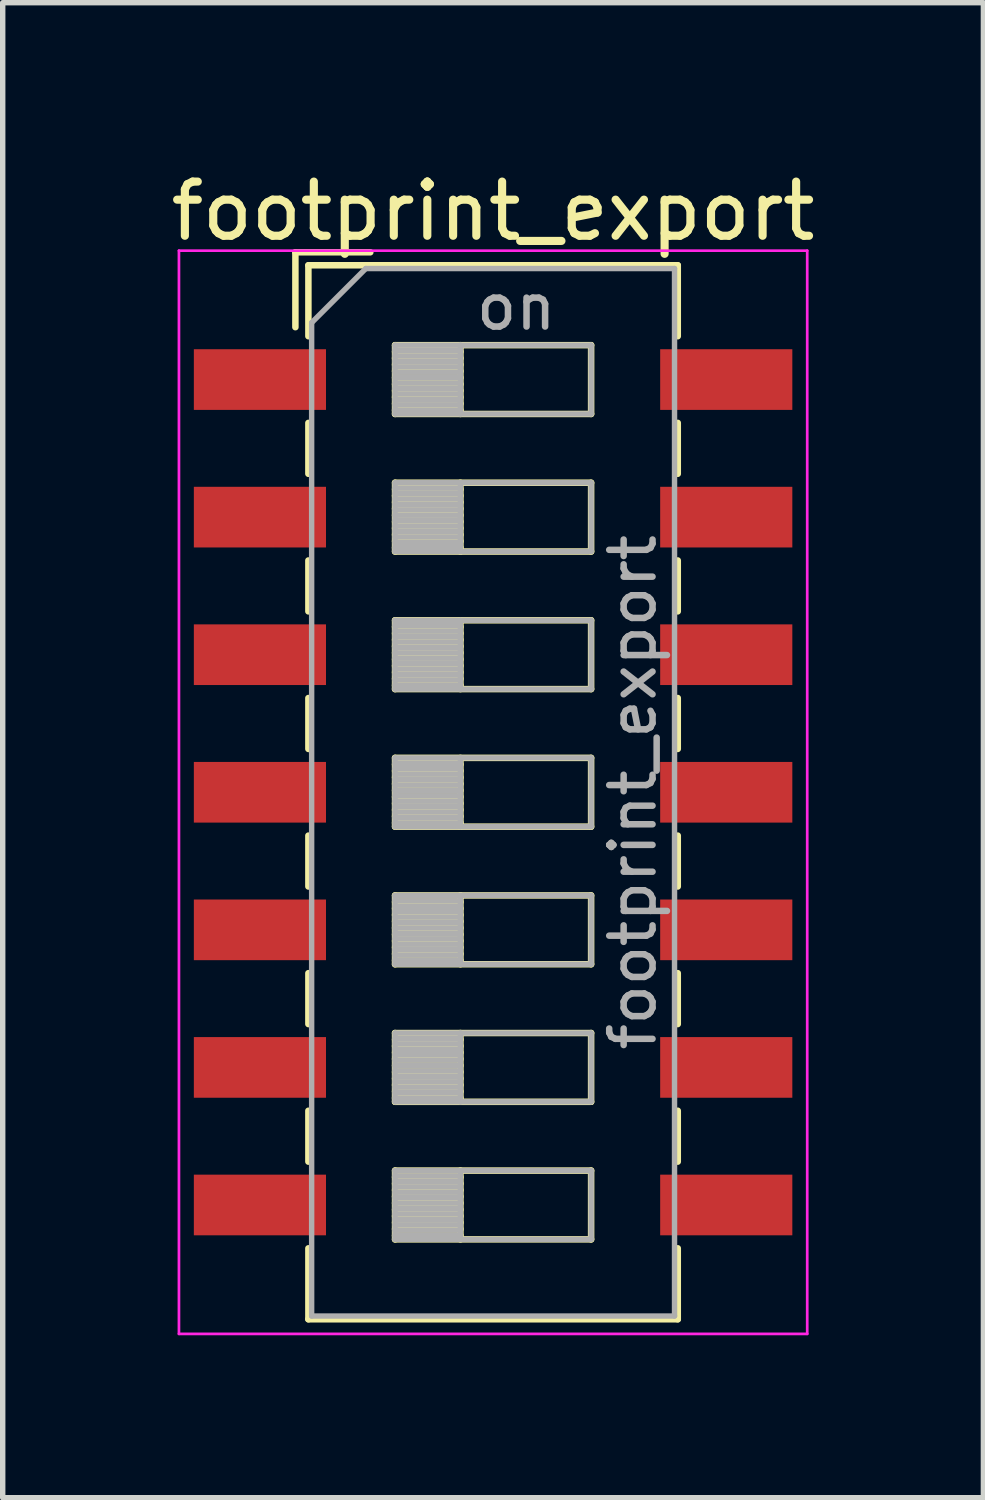
<source format=kicad_pcb>
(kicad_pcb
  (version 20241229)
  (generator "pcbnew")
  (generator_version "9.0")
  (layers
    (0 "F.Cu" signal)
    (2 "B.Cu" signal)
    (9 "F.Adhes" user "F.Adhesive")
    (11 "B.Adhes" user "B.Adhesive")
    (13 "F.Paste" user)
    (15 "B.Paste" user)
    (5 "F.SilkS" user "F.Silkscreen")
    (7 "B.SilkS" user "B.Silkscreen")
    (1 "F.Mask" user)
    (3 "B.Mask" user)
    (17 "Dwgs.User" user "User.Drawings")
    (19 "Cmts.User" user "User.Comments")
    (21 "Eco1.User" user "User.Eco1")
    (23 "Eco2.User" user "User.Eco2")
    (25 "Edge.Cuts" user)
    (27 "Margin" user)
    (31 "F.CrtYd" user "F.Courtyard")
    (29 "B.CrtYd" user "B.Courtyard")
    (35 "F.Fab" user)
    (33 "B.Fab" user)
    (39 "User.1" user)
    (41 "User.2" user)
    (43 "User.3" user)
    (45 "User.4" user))
  (footprint "footprint_export"
    (layer "F.Cu")
    (at 6.054 11.578)
    (property "Reference" "footprint_export" (at 0 -10.73 0) (layer "F.SilkS") (effects (font (size 1 1) (thickness 0.15))))
    (attr smd)
    (fp_line (start -3.65 -9.97) (end -3.65 -8.587) (stroke (width 0.12) (type solid)) (layer "F.SilkS"))
    (fp_line (start -3.65 -9.97) (end -2.267 -9.97) (stroke (width 0.12) (type solid)) (layer "F.SilkS"))
    (fp_line (start -3.41 -9.73) (end -3.41 -8.42) (stroke (width 0.12) (type solid)) (layer "F.SilkS"))
    (fp_line (start -3.41 -9.73) (end 3.41 -9.73) (stroke (width 0.12) (type solid)) (layer "F.SilkS"))
    (fp_line (start -3.41 -6.82) (end -3.41 -5.88) (stroke (width 0.12) (type solid)) (layer "F.SilkS"))
    (fp_line (start -3.41 -4.28) (end -3.41 -3.34) (stroke (width 0.12) (type solid)) (layer "F.SilkS"))
    (fp_line (start -3.41 -1.74) (end -3.41 -0.8) (stroke (width 0.12) (type solid)) (layer "F.SilkS"))
    (fp_line (start -3.41 0.8) (end -3.41 1.74) (stroke (width 0.12) (type solid)) (layer "F.SilkS"))
    (fp_line (start -3.41 3.34) (end -3.41 4.28) (stroke (width 0.12) (type solid)) (layer "F.SilkS"))
    (fp_line (start -3.41 5.88) (end -3.41 6.82) (stroke (width 0.12) (type solid)) (layer "F.SilkS"))
    (fp_line (start -3.41 8.42) (end -3.41 9.73) (stroke (width 0.12) (type solid)) (layer "F.SilkS"))
    (fp_line (start -3.41 9.73) (end 3.41 9.73) (stroke (width 0.12) (type solid)) (layer "F.SilkS"))
    (fp_line (start -1.81 -8.255) (end -1.81 -6.985) (stroke (width 0.12) (type solid)) (layer "F.SilkS"))
    (fp_line (start -1.81 -8.135) (end -0.603 -8.135) (stroke (width 0.12) (type solid)) (layer "F.SilkS"))
    (fp_line (start -1.81 -8.015) (end -0.603 -8.015) (stroke (width 0.12) (type solid)) (layer "F.SilkS"))
    (fp_line (start -1.81 -7.895) (end -0.603 -7.895) (stroke (width 0.12) (type solid)) (layer "F.SilkS"))
    (fp_line (start -1.81 -7.775) (end -0.603 -7.775) (stroke (width 0.12) (type solid)) (layer "F.SilkS"))
    (fp_line (start -1.81 -7.655) (end -0.603 -7.655) (stroke (width 0.12) (type solid)) (layer "F.SilkS"))
    (fp_line (start -1.81 -7.535) (end -0.603 -7.535) (stroke (width 0.12) (type solid)) (layer "F.SilkS"))
    (fp_line (start -1.81 -7.415) (end -0.603 -7.415) (stroke (width 0.12) (type solid)) (layer "F.SilkS"))
    (fp_line (start -1.81 -7.295) (end -0.603 -7.295) (stroke (width 0.12) (type solid)) (layer "F.SilkS"))
    (fp_line (start -1.81 -7.175) (end -0.603 -7.175) (stroke (width 0.12) (type solid)) (layer "F.SilkS"))
    (fp_line (start -1.81 -7.055) (end -0.603 -7.055) (stroke (width 0.12) (type solid)) (layer "F.SilkS"))
    (fp_line (start -1.81 -6.985) (end 1.81 -6.985) (stroke (width 0.12) (type solid)) (layer "F.SilkS"))
    (fp_line (start -1.81 -5.715) (end -1.81 -4.445) (stroke (width 0.12) (type solid)) (layer "F.SilkS"))
    (fp_line (start -1.81 -5.595) (end -0.603 -5.595) (stroke (width 0.12) (type solid)) (layer "F.SilkS"))
    (fp_line (start -1.81 -5.475) (end -0.603 -5.475) (stroke (width 0.12) (type solid)) (layer "F.SilkS"))
    (fp_line (start -1.81 -5.355) (end -0.603 -5.355) (stroke (width 0.12) (type solid)) (layer "F.SilkS"))
    (fp_line (start -1.81 -5.235) (end -0.603 -5.235) (stroke (width 0.12) (type solid)) (layer "F.SilkS"))
    (fp_line (start -1.81 -5.115) (end -0.603 -5.115) (stroke (width 0.12) (type solid)) (layer "F.SilkS"))
    (fp_line (start -1.81 -4.995) (end -0.603 -4.995) (stroke (width 0.12) (type solid)) (layer "F.SilkS"))
    (fp_line (start -1.81 -4.875) (end -0.603 -4.875) (stroke (width 0.12) (type solid)) (layer "F.SilkS"))
    (fp_line (start -1.81 -4.755) (end -0.603 -4.755) (stroke (width 0.12) (type solid)) (layer "F.SilkS"))
    (fp_line (start -1.81 -4.635) (end -0.603 -4.635) (stroke (width 0.12) (type solid)) (layer "F.SilkS"))
    (fp_line (start -1.81 -4.515) (end -0.603 -4.515) (stroke (width 0.12) (type solid)) (layer "F.SilkS"))
    (fp_line (start -1.81 -4.445) (end 1.81 -4.445) (stroke (width 0.12) (type solid)) (layer "F.SilkS"))
    (fp_line (start -1.81 -3.175) (end -1.81 -1.905) (stroke (width 0.12) (type solid)) (layer "F.SilkS"))
    (fp_line (start -1.81 -3.055) (end -0.603 -3.055) (stroke (width 0.12) (type solid)) (layer "F.SilkS"))
    (fp_line (start -1.81 -2.935) (end -0.603 -2.935) (stroke (width 0.12) (type solid)) (layer "F.SilkS"))
    (fp_line (start -1.81 -2.815) (end -0.603 -2.815) (stroke (width 0.12) (type solid)) (layer "F.SilkS"))
    (fp_line (start -1.81 -2.695) (end -0.603 -2.695) (stroke (width 0.12) (type solid)) (layer "F.SilkS"))
    (fp_line (start -1.81 -2.575) (end -0.603 -2.575) (stroke (width 0.12) (type solid)) (layer "F.SilkS"))
    (fp_line (start -1.81 -2.455) (end -0.603 -2.455) (stroke (width 0.12) (type solid)) (layer "F.SilkS"))
    (fp_line (start -1.81 -2.335) (end -0.603 -2.335) (stroke (width 0.12) (type solid)) (layer "F.SilkS"))
    (fp_line (start -1.81 -2.215) (end -0.603 -2.215) (stroke (width 0.12) (type solid)) (layer "F.SilkS"))
    (fp_line (start -1.81 -2.095) (end -0.603 -2.095) (stroke (width 0.12) (type solid)) (layer "F.SilkS"))
    (fp_line (start -1.81 -1.975) (end -0.603 -1.975) (stroke (width 0.12) (type solid)) (layer "F.SilkS"))
    (fp_line (start -1.81 -1.905) (end 1.81 -1.905) (stroke (width 0.12) (type solid)) (layer "F.SilkS"))
    (fp_line (start -1.81 -0.635) (end -1.81 0.635) (stroke (width 0.12) (type solid)) (layer "F.SilkS"))
    (fp_line (start -1.81 -0.515) (end -0.603 -0.515) (stroke (width 0.12) (type solid)) (layer "F.SilkS"))
    (fp_line (start -1.81 -0.395) (end -0.603 -0.395) (stroke (width 0.12) (type solid)) (layer "F.SilkS"))
    (fp_line (start -1.81 -0.275) (end -0.603 -0.275) (stroke (width 0.12) (type solid)) (layer "F.SilkS"))
    (fp_line (start -1.81 -0.155) (end -0.603 -0.155) (stroke (width 0.12) (type solid)) (layer "F.SilkS"))
    (fp_line (start -1.81 -0.035) (end -0.603 -0.035) (stroke (width 0.12) (type solid)) (layer "F.SilkS"))
    (fp_line (start -1.81 0.085) (end -0.603 0.085) (stroke (width 0.12) (type solid)) (layer "F.SilkS"))
    (fp_line (start -1.81 0.205) (end -0.603 0.205) (stroke (width 0.12) (type solid)) (layer "F.SilkS"))
    (fp_line (start -1.81 0.325) (end -0.603 0.325) (stroke (width 0.12) (type solid)) (layer "F.SilkS"))
    (fp_line (start -1.81 0.445) (end -0.603 0.445) (stroke (width 0.12) (type solid)) (layer "F.SilkS"))
    (fp_line (start -1.81 0.565) (end -0.603 0.565) (stroke (width 0.12) (type solid)) (layer "F.SilkS"))
    (fp_line (start -1.81 0.635) (end 1.81 0.635) (stroke (width 0.12) (type solid)) (layer "F.SilkS"))
    (fp_line (start -1.81 1.905) (end -1.81 3.175) (stroke (width 0.12) (type solid)) (layer "F.SilkS"))
    (fp_line (start -1.81 2.025) (end -0.603 2.025) (stroke (width 0.12) (type solid)) (layer "F.SilkS"))
    (fp_line (start -1.81 2.145) (end -0.603 2.145) (stroke (width 0.12) (type solid)) (layer "F.SilkS"))
    (fp_line (start -1.81 2.265) (end -0.603 2.265) (stroke (width 0.12) (type solid)) (layer "F.SilkS"))
    (fp_line (start -1.81 2.385) (end -0.603 2.385) (stroke (width 0.12) (type solid)) (layer "F.SilkS"))
    (fp_line (start -1.81 2.505) (end -0.603 2.505) (stroke (width 0.12) (type solid)) (layer "F.SilkS"))
    (fp_line (start -1.81 2.625) (end -0.603 2.625) (stroke (width 0.12) (type solid)) (layer "F.SilkS"))
    (fp_line (start -1.81 2.745) (end -0.603 2.745) (stroke (width 0.12) (type solid)) (layer "F.SilkS"))
    (fp_line (start -1.81 2.865) (end -0.603 2.865) (stroke (width 0.12) (type solid)) (layer "F.SilkS"))
    (fp_line (start -1.81 2.985) (end -0.603 2.985) (stroke (width 0.12) (type solid)) (layer "F.SilkS"))
    (fp_line (start -1.81 3.105) (end -0.603 3.105) (stroke (width 0.12) (type solid)) (layer "F.SilkS"))
    (fp_line (start -1.81 3.175) (end 1.81 3.175) (stroke (width 0.12) (type solid)) (layer "F.SilkS"))
    (fp_line (start -1.81 4.445) (end -1.81 5.715) (stroke (width 0.12) (type solid)) (layer "F.SilkS"))
    (fp_line (start -1.81 4.565) (end -0.603 4.565) (stroke (width 0.12) (type solid)) (layer "F.SilkS"))
    (fp_line (start -1.81 4.685) (end -0.603 4.685) (stroke (width 0.12) (type solid)) (layer "F.SilkS"))
    (fp_line (start -1.81 4.805) (end -0.603 4.805) (stroke (width 0.12) (type solid)) (layer "F.SilkS"))
    (fp_line (start -1.81 4.925) (end -0.603 4.925) (stroke (width 0.12) (type solid)) (layer "F.SilkS"))
    (fp_line (start -1.81 5.045) (end -0.603 5.045) (stroke (width 0.12) (type solid)) (layer "F.SilkS"))
    (fp_line (start -1.81 5.165) (end -0.603 5.165) (stroke (width 0.12) (type solid)) (layer "F.SilkS"))
    (fp_line (start -1.81 5.285) (end -0.603 5.285) (stroke (width 0.12) (type solid)) (layer "F.SilkS"))
    (fp_line (start -1.81 5.405) (end -0.603 5.405) (stroke (width 0.12) (type solid)) (layer "F.SilkS"))
    (fp_line (start -1.81 5.525) (end -0.603 5.525) (stroke (width 0.12) (type solid)) (layer "F.SilkS"))
    (fp_line (start -1.81 5.645) (end -0.603 5.645) (stroke (width 0.12) (type solid)) (layer "F.SilkS"))
    (fp_line (start -1.81 5.715) (end 1.81 5.715) (stroke (width 0.12) (type solid)) (layer "F.SilkS"))
    (fp_line (start -1.81 6.985) (end -1.81 8.255) (stroke (width 0.12) (type solid)) (layer "F.SilkS"))
    (fp_line (start -1.81 7.105) (end -0.603 7.105) (stroke (width 0.12) (type solid)) (layer "F.SilkS"))
    (fp_line (start -1.81 7.225) (end -0.603 7.225) (stroke (width 0.12) (type solid)) (layer "F.SilkS"))
    (fp_line (start -1.81 7.345) (end -0.603 7.345) (stroke (width 0.12) (type solid)) (layer "F.SilkS"))
    (fp_line (start -1.81 7.465) (end -0.603 7.465) (stroke (width 0.12) (type solid)) (layer "F.SilkS"))
    (fp_line (start -1.81 7.585) (end -0.603 7.585) (stroke (width 0.12) (type solid)) (layer "F.SilkS"))
    (fp_line (start -1.81 7.705) (end -0.603 7.705) (stroke (width 0.12) (type solid)) (layer "F.SilkS"))
    (fp_line (start -1.81 7.825) (end -0.603 7.825) (stroke (width 0.12) (type solid)) (layer "F.SilkS"))
    (fp_line (start -1.81 7.945) (end -0.603 7.945) (stroke (width 0.12) (type solid)) (layer "F.SilkS"))
    (fp_line (start -1.81 8.065) (end -0.603 8.065) (stroke (width 0.12) (type solid)) (layer "F.SilkS"))
    (fp_line (start -1.81 8.185) (end -0.603 8.185) (stroke (width 0.12) (type solid)) (layer "F.SilkS"))
    (fp_line (start -1.81 8.255) (end 1.81 8.255) (stroke (width 0.12) (type solid)) (layer "F.SilkS"))
    (fp_line (start -0.603 -8.255) (end -0.603 -6.985) (stroke (width 0.12) (type solid)) (layer "F.SilkS"))
    (fp_line (start -0.603 -5.715) (end -0.603 -4.445) (stroke (width 0.12) (type solid)) (layer "F.SilkS"))
    (fp_line (start -0.603 -3.175) (end -0.603 -1.905) (stroke (width 0.12) (type solid)) (layer "F.SilkS"))
    (fp_line (start -0.603 -0.635) (end -0.603 0.635) (stroke (width 0.12) (type solid)) (layer "F.SilkS"))
    (fp_line (start -0.603 1.905) (end -0.603 3.175) (stroke (width 0.12) (type solid)) (layer "F.SilkS"))
    (fp_line (start -0.603 4.445) (end -0.603 5.715) (stroke (width 0.12) (type solid)) (layer "F.SilkS"))
    (fp_line (start -0.603 6.985) (end -0.603 8.255) (stroke (width 0.12) (type solid)) (layer "F.SilkS"))
    (fp_line (start 1.81 -8.255) (end -1.81 -8.255) (stroke (width 0.12) (type solid)) (layer "F.SilkS"))
    (fp_line (start 1.81 -6.985) (end 1.81 -8.255) (stroke (width 0.12) (type solid)) (layer "F.SilkS"))
    (fp_line (start 1.81 -5.715) (end -1.81 -5.715) (stroke (width 0.12) (type solid)) (layer "F.SilkS"))
    (fp_line (start 1.81 -4.445) (end 1.81 -5.715) (stroke (width 0.12) (type solid)) (layer "F.SilkS"))
    (fp_line (start 1.81 -3.175) (end -1.81 -3.175) (stroke (width 0.12) (type solid)) (layer "F.SilkS"))
    (fp_line (start 1.81 -1.905) (end 1.81 -3.175) (stroke (width 0.12) (type solid)) (layer "F.SilkS"))
    (fp_line (start 1.81 -0.635) (end -1.81 -0.635) (stroke (width 0.12) (type solid)) (layer "F.SilkS"))
    (fp_line (start 1.81 0.635) (end 1.81 -0.635) (stroke (width 0.12) (type solid)) (layer "F.SilkS"))
    (fp_line (start 1.81 1.905) (end -1.81 1.905) (stroke (width 0.12) (type solid)) (layer "F.SilkS"))
    (fp_line (start 1.81 3.175) (end 1.81 1.905) (stroke (width 0.12) (type solid)) (layer "F.SilkS"))
    (fp_line (start 1.81 4.445) (end -1.81 4.445) (stroke (width 0.12) (type solid)) (layer "F.SilkS"))
    (fp_line (start 1.81 5.715) (end 1.81 4.445) (stroke (width 0.12) (type solid)) (layer "F.SilkS"))
    (fp_line (start 1.81 6.985) (end -1.81 6.985) (stroke (width 0.12) (type solid)) (layer "F.SilkS"))
    (fp_line (start 1.81 8.255) (end 1.81 6.985) (stroke (width 0.12) (type solid)) (layer "F.SilkS"))
    (fp_line (start 3.41 -9.73) (end 3.41 -8.42) (stroke (width 0.12) (type solid)) (layer "F.SilkS"))
    (fp_line (start 3.41 -6.82) (end 3.41 -5.88) (stroke (width 0.12) (type solid)) (layer "F.SilkS"))
    (fp_line (start 3.41 -4.28) (end 3.41 -3.34) (stroke (width 0.12) (type solid)) (layer "F.SilkS"))
    (fp_line (start 3.41 -1.74) (end 3.41 -0.8) (stroke (width 0.12) (type solid)) (layer "F.SilkS"))
    (fp_line (start 3.41 0.8) (end 3.41 1.74) (stroke (width 0.12) (type solid)) (layer "F.SilkS"))
    (fp_line (start 3.41 3.34) (end 3.41 4.28) (stroke (width 0.12) (type solid)) (layer "F.SilkS"))
    (fp_line (start 3.41 5.88) (end 3.41 6.82) (stroke (width 0.12) (type solid)) (layer "F.SilkS"))
    (fp_line (start 3.41 8.42) (end 3.41 9.73) (stroke (width 0.12) (type solid)) (layer "F.SilkS"))
    (fp_line (start -5.8 -10) (end -5.8 10) (stroke (width 0.05) (type solid)) (layer "F.CrtYd"))
    (fp_line (start -5.8 10) (end 5.8 10) (stroke (width 0.05) (type solid)) (layer "F.CrtYd"))
    (fp_line (start 5.8 -10) (end -5.8 -10) (stroke (width 0.05) (type solid)) (layer "F.CrtYd"))
    (fp_line (start 5.8 10) (end 5.8 -10) (stroke (width 0.05) (type solid)) (layer "F.CrtYd"))
    (fp_line (start -3.35 -8.67) (end -2.35 -9.67) (stroke (width 0.1) (type solid)) (layer "F.Fab"))
    (fp_line (start -3.35 9.67) (end -3.35 -8.67) (stroke (width 0.1) (type solid)) (layer "F.Fab"))
    (fp_line (start -2.35 -9.67) (end 3.35 -9.67) (stroke (width 0.1) (type solid)) (layer "F.Fab"))
    (fp_line (start -1.81 -8.255) (end -1.81 -6.985) (stroke (width 0.1) (type solid)) (layer "F.Fab"))
    (fp_line (start -1.81 -8.155) (end -0.603 -8.155) (stroke (width 0.1) (type solid)) (layer "F.Fab"))
    (fp_line (start -1.81 -8.055) (end -0.603 -8.055) (stroke (width 0.1) (type solid)) (layer "F.Fab"))
    (fp_line (start -1.81 -7.955) (end -0.603 -7.955) (stroke (width 0.1) (type solid)) (layer "F.Fab"))
    (fp_line (start -1.81 -7.855) (end -0.603 -7.855) (stroke (width 0.1) (type solid)) (layer "F.Fab"))
    (fp_line (start -1.81 -7.755) (end -0.603 -7.755) (stroke (width 0.1) (type solid)) (layer "F.Fab"))
    (fp_line (start -1.81 -7.655) (end -0.603 -7.655) (stroke (width 0.1) (type solid)) (layer "F.Fab"))
    (fp_line (start -1.81 -7.555) (end -0.603 -7.555) (stroke (width 0.1) (type solid)) (layer "F.Fab"))
    (fp_line (start -1.81 -7.455) (end -0.603 -7.455) (stroke (width 0.1) (type solid)) (layer "F.Fab"))
    (fp_line (start -1.81 -7.355) (end -0.603 -7.355) (stroke (width 0.1) (type solid)) (layer "F.Fab"))
    (fp_line (start -1.81 -7.255) (end -0.603 -7.255) (stroke (width 0.1) (type solid)) (layer "F.Fab"))
    (fp_line (start -1.81 -7.155) (end -0.603 -7.155) (stroke (width 0.1) (type solid)) (layer "F.Fab"))
    (fp_line (start -1.81 -7.055) (end -0.603 -7.055) (stroke (width 0.1) (type solid)) (layer "F.Fab"))
    (fp_line (start -1.81 -6.985) (end 1.81 -6.985) (stroke (width 0.1) (type solid)) (layer "F.Fab"))
    (fp_line (start -1.81 -5.715) (end -1.81 -4.445) (stroke (width 0.1) (type solid)) (layer "F.Fab"))
    (fp_line (start -1.81 -5.615) (end -0.603 -5.615) (stroke (width 0.1) (type solid)) (layer "F.Fab"))
    (fp_line (start -1.81 -5.515) (end -0.603 -5.515) (stroke (width 0.1) (type solid)) (layer "F.Fab"))
    (fp_line (start -1.81 -5.415) (end -0.603 -5.415) (stroke (width 0.1) (type solid)) (layer "F.Fab"))
    (fp_line (start -1.81 -5.315) (end -0.603 -5.315) (stroke (width 0.1) (type solid)) (layer "F.Fab"))
    (fp_line (start -1.81 -5.215) (end -0.603 -5.215) (stroke (width 0.1) (type solid)) (layer "F.Fab"))
    (fp_line (start -1.81 -5.115) (end -0.603 -5.115) (stroke (width 0.1) (type solid)) (layer "F.Fab"))
    (fp_line (start -1.81 -5.015) (end -0.603 -5.015) (stroke (width 0.1) (type solid)) (layer "F.Fab"))
    (fp_line (start -1.81 -4.915) (end -0.603 -4.915) (stroke (width 0.1) (type solid)) (layer "F.Fab"))
    (fp_line (start -1.81 -4.815) (end -0.603 -4.815) (stroke (width 0.1) (type solid)) (layer "F.Fab"))
    (fp_line (start -1.81 -4.715) (end -0.603 -4.715) (stroke (width 0.1) (type solid)) (layer "F.Fab"))
    (fp_line (start -1.81 -4.615) (end -0.603 -4.615) (stroke (width 0.1) (type solid)) (layer "F.Fab"))
    (fp_line (start -1.81 -4.515) (end -0.603 -4.515) (stroke (width 0.1) (type solid)) (layer "F.Fab"))
    (fp_line (start -1.81 -4.445) (end 1.81 -4.445) (stroke (width 0.1) (type solid)) (layer "F.Fab"))
    (fp_line (start -1.81 -3.175) (end -1.81 -1.905) (stroke (width 0.1) (type solid)) (layer "F.Fab"))
    (fp_line (start -1.81 -3.075) (end -0.603 -3.075) (stroke (width 0.1) (type solid)) (layer "F.Fab"))
    (fp_line (start -1.81 -2.975) (end -0.603 -2.975) (stroke (width 0.1) (type solid)) (layer "F.Fab"))
    (fp_line (start -1.81 -2.875) (end -0.603 -2.875) (stroke (width 0.1) (type solid)) (layer "F.Fab"))
    (fp_line (start -1.81 -2.775) (end -0.603 -2.775) (stroke (width 0.1) (type solid)) (layer "F.Fab"))
    (fp_line (start -1.81 -2.675) (end -0.603 -2.675) (stroke (width 0.1) (type solid)) (layer "F.Fab"))
    (fp_line (start -1.81 -2.575) (end -0.603 -2.575) (stroke (width 0.1) (type solid)) (layer "F.Fab"))
    (fp_line (start -1.81 -2.475) (end -0.603 -2.475) (stroke (width 0.1) (type solid)) (layer "F.Fab"))
    (fp_line (start -1.81 -2.375) (end -0.603 -2.375) (stroke (width 0.1) (type solid)) (layer "F.Fab"))
    (fp_line (start -1.81 -2.275) (end -0.603 -2.275) (stroke (width 0.1) (type solid)) (layer "F.Fab"))
    (fp_line (start -1.81 -2.175) (end -0.603 -2.175) (stroke (width 0.1) (type solid)) (layer "F.Fab"))
    (fp_line (start -1.81 -2.075) (end -0.603 -2.075) (stroke (width 0.1) (type solid)) (layer "F.Fab"))
    (fp_line (start -1.81 -1.975) (end -0.603 -1.975) (stroke (width 0.1) (type solid)) (layer "F.Fab"))
    (fp_line (start -1.81 -1.905) (end 1.81 -1.905) (stroke (width 0.1) (type solid)) (layer "F.Fab"))
    (fp_line (start -1.81 -0.635) (end -1.81 0.635) (stroke (width 0.1) (type solid)) (layer "F.Fab"))
    (fp_line (start -1.81 -0.535) (end -0.603 -0.535) (stroke (width 0.1) (type solid)) (layer "F.Fab"))
    (fp_line (start -1.81 -0.435) (end -0.603 -0.435) (stroke (width 0.1) (type solid)) (layer "F.Fab"))
    (fp_line (start -1.81 -0.335) (end -0.603 -0.335) (stroke (width 0.1) (type solid)) (layer "F.Fab"))
    (fp_line (start -1.81 -0.235) (end -0.603 -0.235) (stroke (width 0.1) (type solid)) (layer "F.Fab"))
    (fp_line (start -1.81 -0.135) (end -0.603 -0.135) (stroke (width 0.1) (type solid)) (layer "F.Fab"))
    (fp_line (start -1.81 -0.035) (end -0.603 -0.035) (stroke (width 0.1) (type solid)) (layer "F.Fab"))
    (fp_line (start -1.81 0.065) (end -0.603 0.065) (stroke (width 0.1) (type solid)) (layer "F.Fab"))
    (fp_line (start -1.81 0.165) (end -0.603 0.165) (stroke (width 0.1) (type solid)) (layer "F.Fab"))
    (fp_line (start -1.81 0.265) (end -0.603 0.265) (stroke (width 0.1) (type solid)) (layer "F.Fab"))
    (fp_line (start -1.81 0.365) (end -0.603 0.365) (stroke (width 0.1) (type solid)) (layer "F.Fab"))
    (fp_line (start -1.81 0.465) (end -0.603 0.465) (stroke (width 0.1) (type solid)) (layer "F.Fab"))
    (fp_line (start -1.81 0.565) (end -0.603 0.565) (stroke (width 0.1) (type solid)) (layer "F.Fab"))
    (fp_line (start -1.81 0.635) (end 1.81 0.635) (stroke (width 0.1) (type solid)) (layer "F.Fab"))
    (fp_line (start -1.81 1.905) (end -1.81 3.175) (stroke (width 0.1) (type solid)) (layer "F.Fab"))
    (fp_line (start -1.81 2.005) (end -0.603 2.005) (stroke (width 0.1) (type solid)) (layer "F.Fab"))
    (fp_line (start -1.81 2.105) (end -0.603 2.105) (stroke (width 0.1) (type solid)) (layer "F.Fab"))
    (fp_line (start -1.81 2.205) (end -0.603 2.205) (stroke (width 0.1) (type solid)) (layer "F.Fab"))
    (fp_line (start -1.81 2.305) (end -0.603 2.305) (stroke (width 0.1) (type solid)) (layer "F.Fab"))
    (fp_line (start -1.81 2.405) (end -0.603 2.405) (stroke (width 0.1) (type solid)) (layer "F.Fab"))
    (fp_line (start -1.81 2.505) (end -0.603 2.505) (stroke (width 0.1) (type solid)) (layer "F.Fab"))
    (fp_line (start -1.81 2.605) (end -0.603 2.605) (stroke (width 0.1) (type solid)) (layer "F.Fab"))
    (fp_line (start -1.81 2.705) (end -0.603 2.705) (stroke (width 0.1) (type solid)) (layer "F.Fab"))
    (fp_line (start -1.81 2.805) (end -0.603 2.805) (stroke (width 0.1) (type solid)) (layer "F.Fab"))
    (fp_line (start -1.81 2.905) (end -0.603 2.905) (stroke (width 0.1) (type solid)) (layer "F.Fab"))
    (fp_line (start -1.81 3.005) (end -0.603 3.005) (stroke (width 0.1) (type solid)) (layer "F.Fab"))
    (fp_line (start -1.81 3.105) (end -0.603 3.105) (stroke (width 0.1) (type solid)) (layer "F.Fab"))
    (fp_line (start -1.81 3.175) (end 1.81 3.175) (stroke (width 0.1) (type solid)) (layer "F.Fab"))
    (fp_line (start -1.81 4.445) (end -1.81 5.715) (stroke (width 0.1) (type solid)) (layer "F.Fab"))
    (fp_line (start -1.81 4.545) (end -0.603 4.545) (stroke (width 0.1) (type solid)) (layer "F.Fab"))
    (fp_line (start -1.81 4.645) (end -0.603 4.645) (stroke (width 0.1) (type solid)) (layer "F.Fab"))
    (fp_line (start -1.81 4.745) (end -0.603 4.745) (stroke (width 0.1) (type solid)) (layer "F.Fab"))
    (fp_line (start -1.81 4.845) (end -0.603 4.845) (stroke (width 0.1) (type solid)) (layer "F.Fab"))
    (fp_line (start -1.81 4.945) (end -0.603 4.945) (stroke (width 0.1) (type solid)) (layer "F.Fab"))
    (fp_line (start -1.81 5.045) (end -0.603 5.045) (stroke (width 0.1) (type solid)) (layer "F.Fab"))
    (fp_line (start -1.81 5.145) (end -0.603 5.145) (stroke (width 0.1) (type solid)) (layer "F.Fab"))
    (fp_line (start -1.81 5.245) (end -0.603 5.245) (stroke (width 0.1) (type solid)) (layer "F.Fab"))
    (fp_line (start -1.81 5.345) (end -0.603 5.345) (stroke (width 0.1) (type solid)) (layer "F.Fab"))
    (fp_line (start -1.81 5.445) (end -0.603 5.445) (stroke (width 0.1) (type solid)) (layer "F.Fab"))
    (fp_line (start -1.81 5.545) (end -0.603 5.545) (stroke (width 0.1) (type solid)) (layer "F.Fab"))
    (fp_line (start -1.81 5.645) (end -0.603 5.645) (stroke (width 0.1) (type solid)) (layer "F.Fab"))
    (fp_line (start -1.81 5.715) (end 1.81 5.715) (stroke (width 0.1) (type solid)) (layer "F.Fab"))
    (fp_line (start -1.81 6.985) (end -1.81 8.255) (stroke (width 0.1) (type solid)) (layer "F.Fab"))
    (fp_line (start -1.81 7.085) (end -0.603 7.085) (stroke (width 0.1) (type solid)) (layer "F.Fab"))
    (fp_line (start -1.81 7.185) (end -0.603 7.185) (stroke (width 0.1) (type solid)) (layer "F.Fab"))
    (fp_line (start -1.81 7.285) (end -0.603 7.285) (stroke (width 0.1) (type solid)) (layer "F.Fab"))
    (fp_line (start -1.81 7.385) (end -0.603 7.385) (stroke (width 0.1) (type solid)) (layer "F.Fab"))
    (fp_line (start -1.81 7.485) (end -0.603 7.485) (stroke (width 0.1) (type solid)) (layer "F.Fab"))
    (fp_line (start -1.81 7.585) (end -0.603 7.585) (stroke (width 0.1) (type solid)) (layer "F.Fab"))
    (fp_line (start -1.81 7.685) (end -0.603 7.685) (stroke (width 0.1) (type solid)) (layer "F.Fab"))
    (fp_line (start -1.81 7.785) (end -0.603 7.785) (stroke (width 0.1) (type solid)) (layer "F.Fab"))
    (fp_line (start -1.81 7.885) (end -0.603 7.885) (stroke (width 0.1) (type solid)) (layer "F.Fab"))
    (fp_line (start -1.81 7.985) (end -0.603 7.985) (stroke (width 0.1) (type solid)) (layer "F.Fab"))
    (fp_line (start -1.81 8.085) (end -0.603 8.085) (stroke (width 0.1) (type solid)) (layer "F.Fab"))
    (fp_line (start -1.81 8.185) (end -0.603 8.185) (stroke (width 0.1) (type solid)) (layer "F.Fab"))
    (fp_line (start -1.81 8.255) (end 1.81 8.255) (stroke (width 0.1) (type solid)) (layer "F.Fab"))
    (fp_line (start -0.603 -8.255) (end -0.603 -6.985) (stroke (width 0.1) (type solid)) (layer "F.Fab"))
    (fp_line (start -0.603 -5.715) (end -0.603 -4.445) (stroke (width 0.1) (type solid)) (layer "F.Fab"))
    (fp_line (start -0.603 -3.175) (end -0.603 -1.905) (stroke (width 0.1) (type solid)) (layer "F.Fab"))
    (fp_line (start -0.603 -0.635) (end -0.603 0.635) (stroke (width 0.1) (type solid)) (layer "F.Fab"))
    (fp_line (start -0.603 1.905) (end -0.603 3.175) (stroke (width 0.1) (type solid)) (layer "F.Fab"))
    (fp_line (start -0.603 4.445) (end -0.603 5.715) (stroke (width 0.1) (type solid)) (layer "F.Fab"))
    (fp_line (start -0.603 6.985) (end -0.603 8.255) (stroke (width 0.1) (type solid)) (layer "F.Fab"))
    (fp_line (start 1.81 -8.255) (end -1.81 -8.255) (stroke (width 0.1) (type solid)) (layer "F.Fab"))
    (fp_line (start 1.81 -6.985) (end 1.81 -8.255) (stroke (width 0.1) (type solid)) (layer "F.Fab"))
    (fp_line (start 1.81 -5.715) (end -1.81 -5.715) (stroke (width 0.1) (type solid)) (layer "F.Fab"))
    (fp_line (start 1.81 -4.445) (end 1.81 -5.715) (stroke (width 0.1) (type solid)) (layer "F.Fab"))
    (fp_line (start 1.81 -3.175) (end -1.81 -3.175) (stroke (width 0.1) (type solid)) (layer "F.Fab"))
    (fp_line (start 1.81 -1.905) (end 1.81 -3.175) (stroke (width 0.1) (type solid)) (layer "F.Fab"))
    (fp_line (start 1.81 -0.635) (end -1.81 -0.635) (stroke (width 0.1) (type solid)) (layer "F.Fab"))
    (fp_line (start 1.81 0.635) (end 1.81 -0.635) (stroke (width 0.1) (type solid)) (layer "F.Fab"))
    (fp_line (start 1.81 1.905) (end -1.81 1.905) (stroke (width 0.1) (type solid)) (layer "F.Fab"))
    (fp_line (start 1.81 3.175) (end 1.81 1.905) (stroke (width 0.1) (type solid)) (layer "F.Fab"))
    (fp_line (start 1.81 4.445) (end -1.81 4.445) (stroke (width 0.1) (type solid)) (layer "F.Fab"))
    (fp_line (start 1.81 5.715) (end 1.81 4.445) (stroke (width 0.1) (type solid)) (layer "F.Fab"))
    (fp_line (start 1.81 6.985) (end -1.81 6.985) (stroke (width 0.1) (type solid)) (layer "F.Fab"))
    (fp_line (start 1.81 8.255) (end 1.81 6.985) (stroke (width 0.1) (type solid)) (layer "F.Fab"))
    (fp_line (start 3.35 -9.67) (end 3.35 9.67) (stroke (width 0.1) (type solid)) (layer "F.Fab"))
    (fp_line (start 3.35 9.67) (end -3.35 9.67) (stroke (width 0.1) (type solid)) (layer "F.Fab"))
    (fp_text user "on" (at 0.427 -8.963 0) (layer "F.Fab") (effects (font (size 0.8 0.8) (thickness 0.12))))
    (fp_text user "${REFERENCE}" (at 2.58 0 90) (layer "F.Fab") (effects (font (size 0.8 0.8) (thickness 0.12))))
    (pad "1" smd rect (at -4.305 -7.62) (size 2.44 1.12) (layers "F.Cu" "F.Mask" "F.Paste"))
    (pad "2" smd rect (at -4.305 -5.08) (size 2.44 1.12) (layers "F.Cu" "F.Mask" "F.Paste"))
    (pad "3" smd rect (at -4.305 -2.54) (size 2.44 1.12) (layers "F.Cu" "F.Mask" "F.Paste"))
    (pad "4" smd rect (at -4.305 0) (size 2.44 1.12) (layers "F.Cu" "F.Mask" "F.Paste"))
    (pad "5" smd rect (at -4.305 2.54) (size 2.44 1.12) (layers "F.Cu" "F.Mask" "F.Paste"))
    (pad "6" smd rect (at -4.305 5.08) (size 2.44 1.12) (layers "F.Cu" "F.Mask" "F.Paste"))
    (pad "7" smd rect (at -4.305 7.62) (size 2.44 1.12) (layers "F.Cu" "F.Mask" "F.Paste"))
    (pad "8" smd rect (at 4.305 7.62) (size 2.44 1.12) (layers "F.Cu" "F.Mask" "F.Paste"))
    (pad "9" smd rect (at 4.305 5.08) (size 2.44 1.12) (layers "F.Cu" "F.Mask" "F.Paste"))
    (pad "10" smd rect (at 4.305 2.54) (size 2.44 1.12) (layers "F.Cu" "F.Mask" "F.Paste"))
    (pad "11" smd rect (at 4.305 0) (size 2.44 1.12) (layers "F.Cu" "F.Mask" "F.Paste"))
    (pad "12" smd rect (at 4.305 -2.54) (size 2.44 1.12) (layers "F.Cu" "F.Mask" "F.Paste"))
    (pad "13" smd rect (at 4.305 -5.08) (size 2.44 1.12) (layers "F.Cu" "F.Mask" "F.Paste"))
    (pad "14" smd rect (at 4.305 -7.62) (size 2.44 1.12) (layers "F.Cu" "F.Mask" "F.Paste")))
  (gr_rect
    (start -3 -3)
    (end 15.107 24.603)
    (stroke (width 0.1) (type default))
    (fill no)
    (layer "Edge.Cuts")))
</source>
